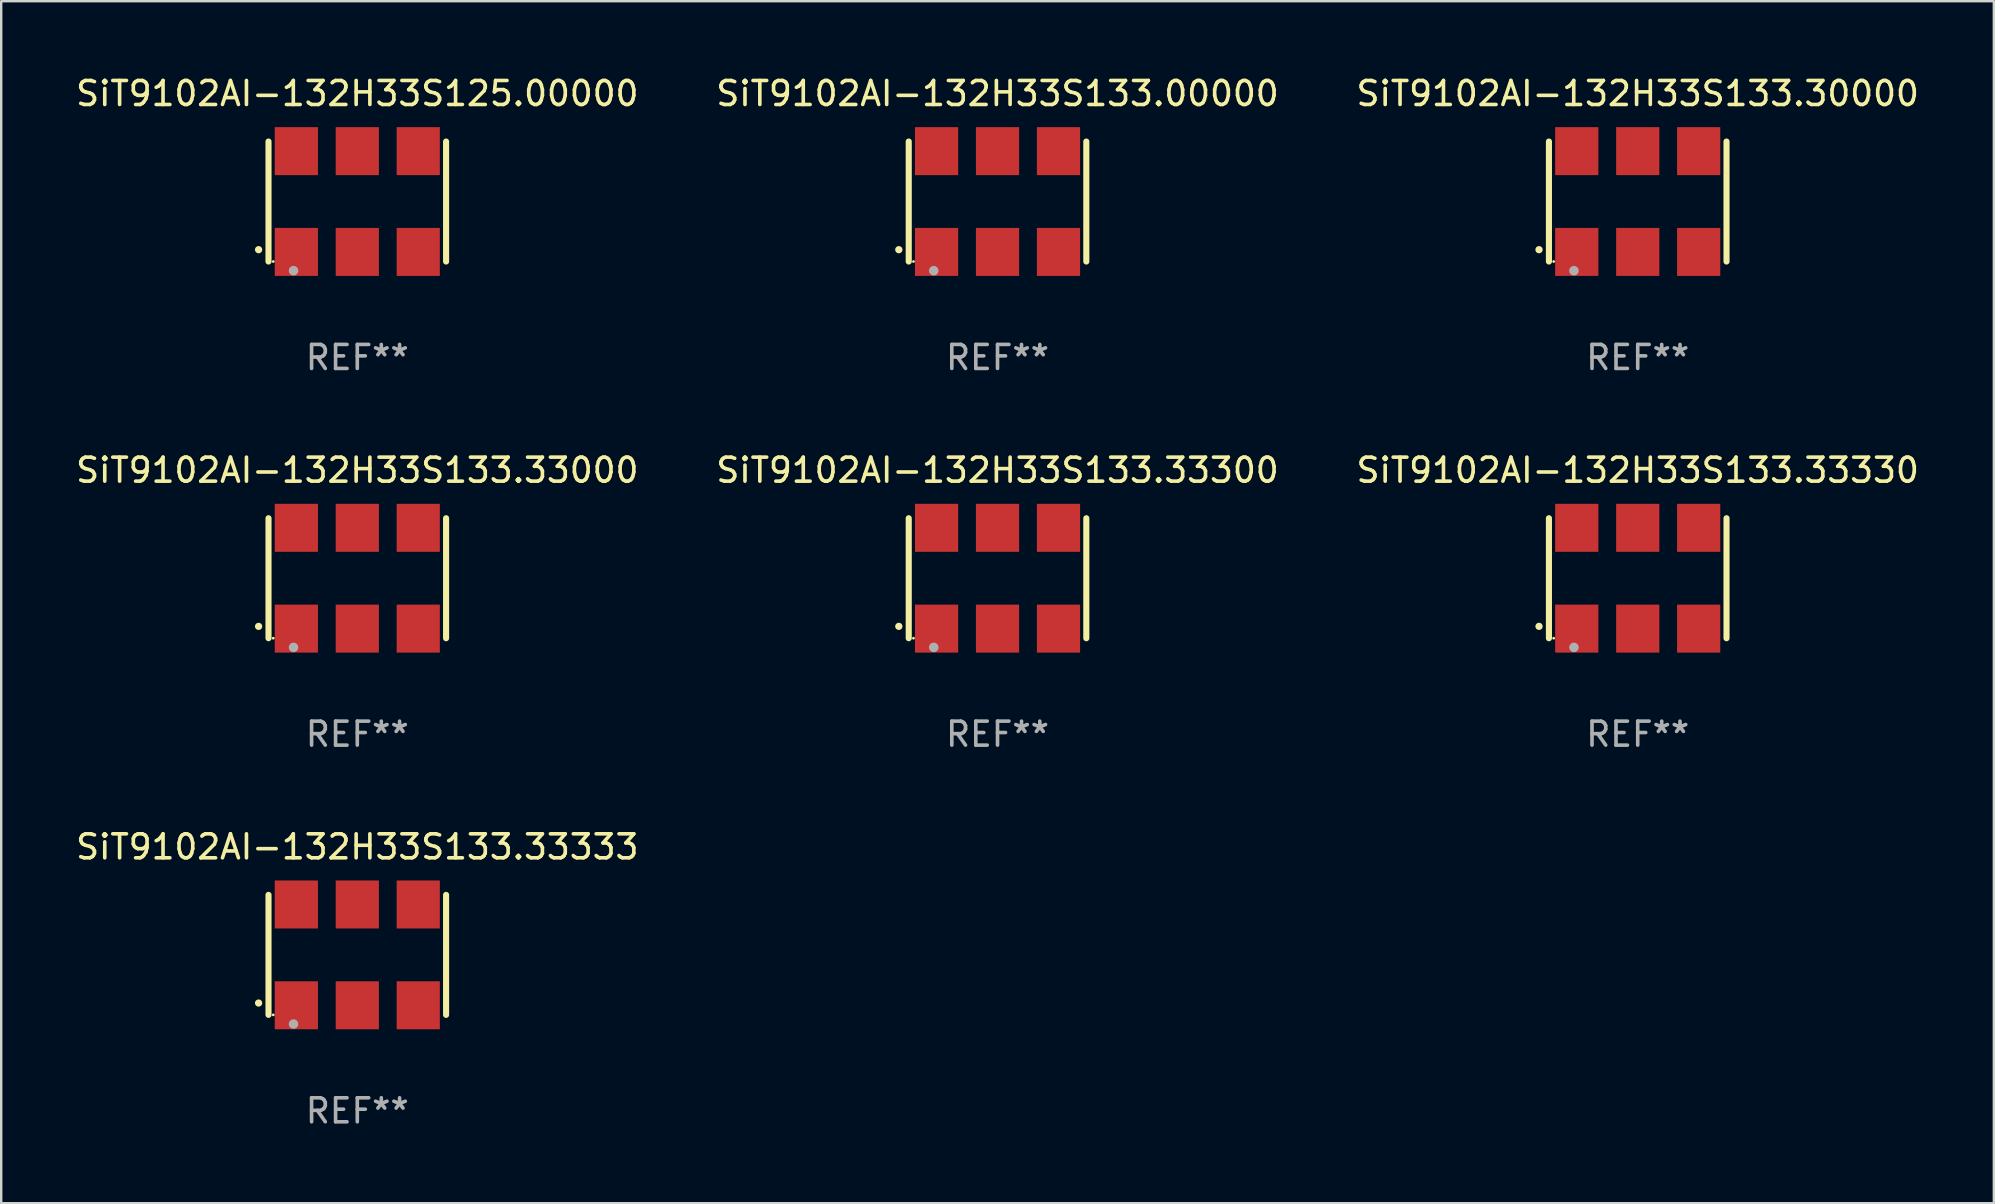
<source format=kicad_pcb>
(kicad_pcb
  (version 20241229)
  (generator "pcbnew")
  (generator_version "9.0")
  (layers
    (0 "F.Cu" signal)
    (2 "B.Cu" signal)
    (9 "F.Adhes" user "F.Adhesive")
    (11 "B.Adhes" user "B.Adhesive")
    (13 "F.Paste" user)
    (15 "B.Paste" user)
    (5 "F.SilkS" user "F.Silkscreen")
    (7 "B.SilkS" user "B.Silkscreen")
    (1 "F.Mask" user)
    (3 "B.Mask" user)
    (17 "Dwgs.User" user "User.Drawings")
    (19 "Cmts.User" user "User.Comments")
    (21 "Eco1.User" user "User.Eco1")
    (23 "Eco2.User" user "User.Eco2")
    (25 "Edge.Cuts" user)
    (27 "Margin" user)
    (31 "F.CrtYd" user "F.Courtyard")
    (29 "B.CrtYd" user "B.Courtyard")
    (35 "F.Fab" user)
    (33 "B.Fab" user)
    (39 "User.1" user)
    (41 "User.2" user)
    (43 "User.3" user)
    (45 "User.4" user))
  (footprint "SiT9102AI-132H33S133.30000"
    (layer "F.Cu")
    (at 65.196 5.348)
    (property "Reference" "SiT9102AI-132H33S133.30000" (at 0 -4.5 0) (layer "F.SilkS") (effects (font (size 1 1) (thickness 0.15))))
    (attr through_hole)
    (fp_line (start -3.7 -2.5) (end -3.7 2.5) (stroke (width 0.254) (type solid)) (layer "F.SilkS"))
    (fp_line (start 3.7 -2.5) (end 3.7 2.5) (stroke (width 0.254) (type solid)) (layer "F.SilkS"))
    (fp_arc (start -4.114415 2.006604) (mid -4.113145 2.006599) (end -4.111875 2.006604) (stroke (width 0.3) (type solid)) (layer "F.SilkS"))
    (fp_circle (center -3.502 2.5) (end -3.472 2.5) (stroke (width 0.06) (type solid)) (fill no) (layer "F.SilkS"))
    (fp_circle (center -2.657 2.882) (end -2.557 2.882) (stroke (width 0.2) (type solid)) (fill no) (layer "F.Fab"))
    (fp_text user "REF**" (at 0 6.5 0) (layer "F.Fab") (effects (font (size 1 1) (thickness 0.15))))
    (pad "1" smd rect (at -2.54 2.1) (size 1.8 2) (layers "F.Cu" "F.Mask" "F.Paste"))
    (pad "2" smd rect (at 0.000394 2.1) (size 1.8 2) (layers "F.Cu" "F.Mask" "F.Paste"))
    (pad "3" smd rect (at 2.54 2.1) (size 1.8 2) (layers "F.Cu" "F.Mask" "F.Paste"))
    (pad "4" smd rect (at 2.54 -2.1) (size 1.8 2) (layers "F.Cu" "F.Mask" "F.Paste"))
    (pad "5" smd rect (at 0.000394 -2.1) (size 1.8 2) (layers "F.Cu" "F.Mask" "F.Paste"))
    (pad "6" smd rect (at -2.54 -2.1) (size 1.8 2) (layers "F.Cu" "F.Mask" "F.Paste")))
  (footprint "SiT9102AI-132H33S133.33330"
    (layer "F.Cu")
    (at 65.196 21.045)
    (property "Reference" "SiT9102AI-132H33S133.33330" (at 0 -4.5 0) (layer "F.SilkS") (effects (font (size 1 1) (thickness 0.15))))
    (attr through_hole)
    (fp_line (start -3.7 -2.5) (end -3.7 2.5) (stroke (width 0.254) (type solid)) (layer "F.SilkS"))
    (fp_line (start 3.7 -2.5) (end 3.7 2.5) (stroke (width 0.254) (type solid)) (layer "F.SilkS"))
    (fp_arc (start -4.114415 2.006604) (mid -4.113145 2.006599) (end -4.111875 2.006604) (stroke (width 0.3) (type solid)) (layer "F.SilkS"))
    (fp_circle (center -3.502 2.5) (end -3.472 2.5) (stroke (width 0.06) (type solid)) (fill no) (layer "F.SilkS"))
    (fp_circle (center -2.657 2.882) (end -2.557 2.882) (stroke (width 0.2) (type solid)) (fill no) (layer "F.Fab"))
    (fp_text user "REF**" (at 0 6.5 0) (layer "F.Fab") (effects (font (size 1 1) (thickness 0.15))))
    (pad "1" smd rect (at -2.54 2.1) (size 1.8 2) (layers "F.Cu" "F.Mask" "F.Paste"))
    (pad "2" smd rect (at 0.000394 2.1) (size 1.8 2) (layers "F.Cu" "F.Mask" "F.Paste"))
    (pad "3" smd rect (at 2.54 2.1) (size 1.8 2) (layers "F.Cu" "F.Mask" "F.Paste"))
    (pad "4" smd rect (at 2.54 -2.1) (size 1.8 2) (layers "F.Cu" "F.Mask" "F.Paste"))
    (pad "5" smd rect (at 0.000394 -2.1) (size 1.8 2) (layers "F.Cu" "F.Mask" "F.Paste"))
    (pad "6" smd rect (at -2.54 -2.1) (size 1.8 2) (layers "F.Cu" "F.Mask" "F.Paste")))
  (footprint "SiT9102AI-132H33S133.33300"
    (layer "F.Cu")
    (at 38.518 21.045)
    (property "Reference" "SiT9102AI-132H33S133.33300" (at 0 -4.5 0) (layer "F.SilkS") (effects (font (size 1 1) (thickness 0.15))))
    (attr through_hole)
    (fp_line (start -3.7 -2.5) (end -3.7 2.5) (stroke (width 0.254) (type solid)) (layer "F.SilkS"))
    (fp_line (start 3.7 -2.5) (end 3.7 2.5) (stroke (width 0.254) (type solid)) (layer "F.SilkS"))
    (fp_arc (start -4.114415 2.006604) (mid -4.113145 2.006599) (end -4.111875 2.006604) (stroke (width 0.3) (type solid)) (layer "F.SilkS"))
    (fp_circle (center -3.502 2.5) (end -3.472 2.5) (stroke (width 0.06) (type solid)) (fill no) (layer "F.SilkS"))
    (fp_circle (center -2.657 2.882) (end -2.557 2.882) (stroke (width 0.2) (type solid)) (fill no) (layer "F.Fab"))
    (fp_text user "REF**" (at 0 6.5 0) (layer "F.Fab") (effects (font (size 1 1) (thickness 0.15))))
    (pad "1" smd rect (at -2.54 2.1) (size 1.8 2) (layers "F.Cu" "F.Mask" "F.Paste"))
    (pad "2" smd rect (at 0.000394 2.1) (size 1.8 2) (layers "F.Cu" "F.Mask" "F.Paste"))
    (pad "3" smd rect (at 2.54 2.1) (size 1.8 2) (layers "F.Cu" "F.Mask" "F.Paste"))
    (pad "4" smd rect (at 2.54 -2.1) (size 1.8 2) (layers "F.Cu" "F.Mask" "F.Paste"))
    (pad "5" smd rect (at 0.000394 -2.1) (size 1.8 2) (layers "F.Cu" "F.Mask" "F.Paste"))
    (pad "6" smd rect (at -2.54 -2.1) (size 1.8 2) (layers "F.Cu" "F.Mask" "F.Paste")))
  (footprint "SiT9102AI-132H33S133.33333"
    (layer "F.Cu")
    (at 11.839 36.741)
    (property "Reference" "SiT9102AI-132H33S133.33333" (at 0 -4.5 0) (layer "F.SilkS") (effects (font (size 1 1) (thickness 0.15))))
    (attr through_hole)
    (fp_line (start -3.7 -2.5) (end -3.7 2.5) (stroke (width 0.254) (type solid)) (layer "F.SilkS"))
    (fp_line (start 3.7 -2.5) (end 3.7 2.5) (stroke (width 0.254) (type solid)) (layer "F.SilkS"))
    (fp_arc (start -4.114415 2.006604) (mid -4.113145 2.006599) (end -4.111875 2.006604) (stroke (width 0.3) (type solid)) (layer "F.SilkS"))
    (fp_circle (center -3.502 2.5) (end -3.472 2.5) (stroke (width 0.06) (type solid)) (fill no) (layer "F.SilkS"))
    (fp_circle (center -2.657 2.882) (end -2.557 2.882) (stroke (width 0.2) (type solid)) (fill no) (layer "F.Fab"))
    (fp_text user "REF**" (at 0 6.5 0) (layer "F.Fab") (effects (font (size 1 1) (thickness 0.15))))
    (pad "1" smd rect (at -2.54 2.1) (size 1.8 2) (layers "F.Cu" "F.Mask" "F.Paste"))
    (pad "2" smd rect (at 0.000394 2.1) (size 1.8 2) (layers "F.Cu" "F.Mask" "F.Paste"))
    (pad "3" smd rect (at 2.54 2.1) (size 1.8 2) (layers "F.Cu" "F.Mask" "F.Paste"))
    (pad "4" smd rect (at 2.54 -2.1) (size 1.8 2) (layers "F.Cu" "F.Mask" "F.Paste"))
    (pad "5" smd rect (at 0.000394 -2.1) (size 1.8 2) (layers "F.Cu" "F.Mask" "F.Paste"))
    (pad "6" smd rect (at -2.54 -2.1) (size 1.8 2) (layers "F.Cu" "F.Mask" "F.Paste")))
  (footprint "SiT9102AI-132H33S125.00000"
    (layer "F.Cu")
    (at 11.839 5.348)
    (property "Reference" "SiT9102AI-132H33S125.00000" (at 0 -4.5 0) (layer "F.SilkS") (effects (font (size 1 1) (thickness 0.15))))
    (attr through_hole)
    (fp_line (start -3.7 -2.5) (end -3.7 2.5) (stroke (width 0.254) (type solid)) (layer "F.SilkS"))
    (fp_line (start 3.7 -2.5) (end 3.7 2.5) (stroke (width 0.254) (type solid)) (layer "F.SilkS"))
    (fp_arc (start -4.114415 2.006604) (mid -4.113145 2.006599) (end -4.111875 2.006604) (stroke (width 0.3) (type solid)) (layer "F.SilkS"))
    (fp_circle (center -3.502 2.5) (end -3.472 2.5) (stroke (width 0.06) (type solid)) (fill no) (layer "F.SilkS"))
    (fp_circle (center -2.657 2.882) (end -2.557 2.882) (stroke (width 0.2) (type solid)) (fill no) (layer "F.Fab"))
    (fp_text user "REF**" (at 0 6.5 0) (layer "F.Fab") (effects (font (size 1 1) (thickness 0.15))))
    (pad "1" smd rect (at -2.54 2.1) (size 1.8 2) (layers "F.Cu" "F.Mask" "F.Paste"))
    (pad "2" smd rect (at 0.000394 2.1) (size 1.8 2) (layers "F.Cu" "F.Mask" "F.Paste"))
    (pad "3" smd rect (at 2.54 2.1) (size 1.8 2) (layers "F.Cu" "F.Mask" "F.Paste"))
    (pad "4" smd rect (at 2.54 -2.1) (size 1.8 2) (layers "F.Cu" "F.Mask" "F.Paste"))
    (pad "5" smd rect (at 0.000394 -2.1) (size 1.8 2) (layers "F.Cu" "F.Mask" "F.Paste"))
    (pad "6" smd rect (at -2.54 -2.1) (size 1.8 2) (layers "F.Cu" "F.Mask" "F.Paste")))
  (footprint "SiT9102AI-132H33S133.00000"
    (layer "F.Cu")
    (at 38.518 5.348)
    (property "Reference" "SiT9102AI-132H33S133.00000" (at 0 -4.5 0) (layer "F.SilkS") (effects (font (size 1 1) (thickness 0.15))))
    (attr through_hole)
    (fp_line (start -3.7 -2.5) (end -3.7 2.5) (stroke (width 0.254) (type solid)) (layer "F.SilkS"))
    (fp_line (start 3.7 -2.5) (end 3.7 2.5) (stroke (width 0.254) (type solid)) (layer "F.SilkS"))
    (fp_arc (start -4.114415 2.006604) (mid -4.113145 2.006599) (end -4.111875 2.006604) (stroke (width 0.3) (type solid)) (layer "F.SilkS"))
    (fp_circle (center -3.502 2.5) (end -3.472 2.5) (stroke (width 0.06) (type solid)) (fill no) (layer "F.SilkS"))
    (fp_circle (center -2.657 2.882) (end -2.557 2.882) (stroke (width 0.2) (type solid)) (fill no) (layer "F.Fab"))
    (fp_text user "REF**" (at 0 6.5 0) (layer "F.Fab") (effects (font (size 1 1) (thickness 0.15))))
    (pad "1" smd rect (at -2.54 2.1) (size 1.8 2) (layers "F.Cu" "F.Mask" "F.Paste"))
    (pad "2" smd rect (at 0.000394 2.1) (size 1.8 2) (layers "F.Cu" "F.Mask" "F.Paste"))
    (pad "3" smd rect (at 2.54 2.1) (size 1.8 2) (layers "F.Cu" "F.Mask" "F.Paste"))
    (pad "4" smd rect (at 2.54 -2.1) (size 1.8 2) (layers "F.Cu" "F.Mask" "F.Paste"))
    (pad "5" smd rect (at 0.000394 -2.1) (size 1.8 2) (layers "F.Cu" "F.Mask" "F.Paste"))
    (pad "6" smd rect (at -2.54 -2.1) (size 1.8 2) (layers "F.Cu" "F.Mask" "F.Paste")))
  (footprint "SiT9102AI-132H33S133.33000"
    (layer "F.Cu")
    (at 11.839 21.045)
    (property "Reference" "SiT9102AI-132H33S133.33000" (at 0 -4.5 0) (layer "F.SilkS") (effects (font (size 1 1) (thickness 0.15))))
    (attr through_hole)
    (fp_line (start -3.7 -2.5) (end -3.7 2.5) (stroke (width 0.254) (type solid)) (layer "F.SilkS"))
    (fp_line (start 3.7 -2.5) (end 3.7 2.5) (stroke (width 0.254) (type solid)) (layer "F.SilkS"))
    (fp_arc (start -4.114415 2.006604) (mid -4.113145 2.006599) (end -4.111875 2.006604) (stroke (width 0.3) (type solid)) (layer "F.SilkS"))
    (fp_circle (center -3.502 2.5) (end -3.472 2.5) (stroke (width 0.06) (type solid)) (fill no) (layer "F.SilkS"))
    (fp_circle (center -2.657 2.882) (end -2.557 2.882) (stroke (width 0.2) (type solid)) (fill no) (layer "F.Fab"))
    (fp_text user "REF**" (at 0 6.5 0) (layer "F.Fab") (effects (font (size 1 1) (thickness 0.15))))
    (pad "1" smd rect (at -2.54 2.1) (size 1.8 2) (layers "F.Cu" "F.Mask" "F.Paste"))
    (pad "2" smd rect (at 0.000394 2.1) (size 1.8 2) (layers "F.Cu" "F.Mask" "F.Paste"))
    (pad "3" smd rect (at 2.54 2.1) (size 1.8 2) (layers "F.Cu" "F.Mask" "F.Paste"))
    (pad "4" smd rect (at 2.54 -2.1) (size 1.8 2) (layers "F.Cu" "F.Mask" "F.Paste"))
    (pad "5" smd rect (at 0.000394 -2.1) (size 1.8 2) (layers "F.Cu" "F.Mask" "F.Paste"))
    (pad "6" smd rect (at -2.54 -2.1) (size 1.8 2) (layers "F.Cu" "F.Mask" "F.Paste")))
  (gr_rect
    (start -3 -3)
    (end 80.036 47.09)
    (stroke (width 0.1) (type default))
    (fill no)
    (layer "Edge.Cuts")))
</source>
